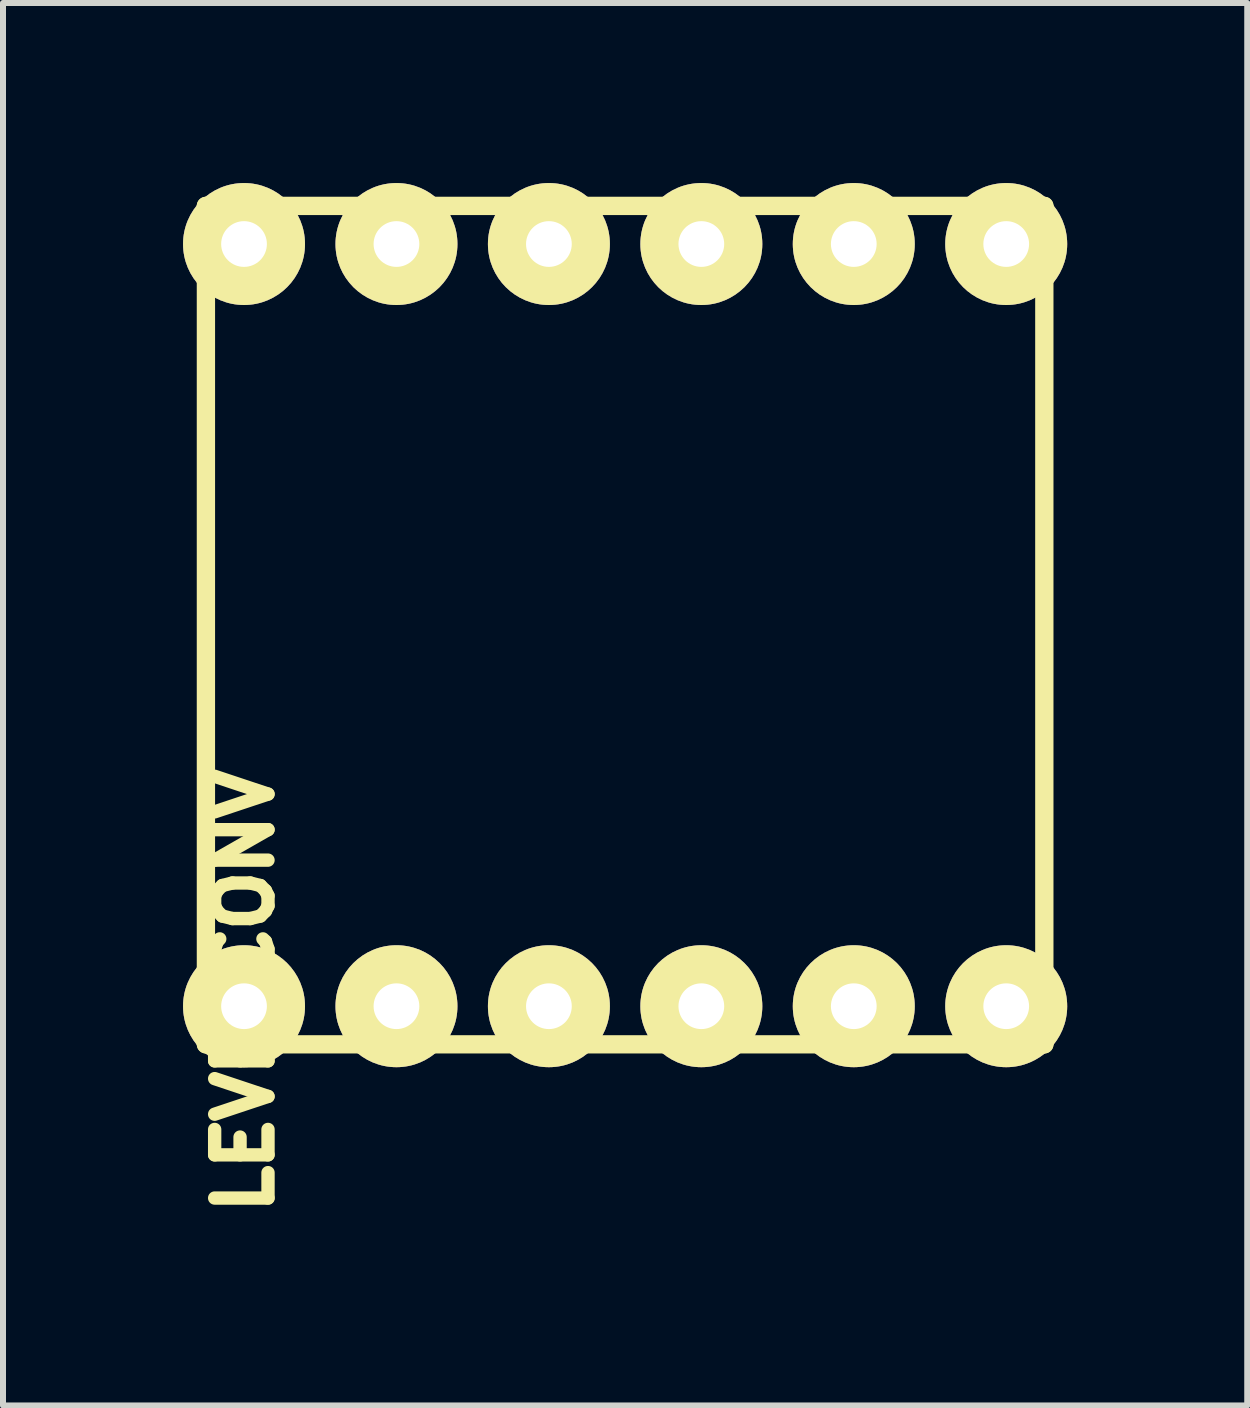
<source format=kicad_pcb>
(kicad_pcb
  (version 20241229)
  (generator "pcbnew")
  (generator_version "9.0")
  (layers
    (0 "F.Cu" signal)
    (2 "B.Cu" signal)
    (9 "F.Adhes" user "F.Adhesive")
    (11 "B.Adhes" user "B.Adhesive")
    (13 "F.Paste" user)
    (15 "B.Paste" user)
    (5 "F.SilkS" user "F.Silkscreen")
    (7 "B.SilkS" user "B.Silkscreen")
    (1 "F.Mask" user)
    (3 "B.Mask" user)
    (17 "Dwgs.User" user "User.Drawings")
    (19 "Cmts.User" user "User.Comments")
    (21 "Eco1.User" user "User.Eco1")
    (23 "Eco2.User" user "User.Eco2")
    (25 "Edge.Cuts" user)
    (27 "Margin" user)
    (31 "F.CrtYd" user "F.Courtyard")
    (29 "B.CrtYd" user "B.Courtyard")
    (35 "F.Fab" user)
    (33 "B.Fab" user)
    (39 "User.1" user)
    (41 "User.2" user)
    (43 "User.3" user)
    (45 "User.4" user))
  (footprint "LEVELCONV"
    (layer "F.Cu")
    (at 1.016 13.716)
    (property "Reference" "LEVELCONV" (at 0 -0.254 270) (layer "F.SilkS") (effects (font (size 0.889 0.889) (thickness 0.305))))
    (attr through_hole)
    (fp_line (start -0.635 -13.335) (end -0.635 0.635) (stroke (width 0.305) (type solid)) (layer "F.SilkS"))
    (fp_line (start -0.635 0.635) (end 13.335 0.635) (stroke (width 0.305) (type solid)) (layer "F.SilkS"))
    (fp_line (start 13.335 -13.335) (end -0.635 -13.335) (stroke (width 0.305) (type solid)) (layer "F.SilkS"))
    (fp_line (start 13.335 0.635) (end 13.335 -13.335) (stroke (width 0.305) (type solid)) (layer "F.SilkS"))
    (pad "1" thru_hole circle (at 0 0) (size 2.032 2.032) (drill 0.762) (layers "*.Cu" "*.Mask" "F.SilkS"))
    (pad "2" thru_hole circle (at 2.54 0) (size 2.032 2.032) (drill 0.762) (layers "*.Cu" "*.Mask" "F.SilkS"))
    (pad "3" thru_hole circle (at 5.08 0) (size 2.032 2.032) (drill 0.762) (layers "*.Cu" "*.Mask" "F.SilkS"))
    (pad "4" thru_hole circle (at 7.62 0) (size 2.032 2.032) (drill 0.762) (layers "*.Cu" "*.Mask" "F.SilkS"))
    (pad "5" thru_hole circle (at 10.16 0) (size 2.032 2.032) (drill 0.762) (layers "*.Cu" "*.Mask" "F.SilkS"))
    (pad "6" thru_hole circle (at 12.7 0) (size 2.032 2.032) (drill 0.762) (layers "*.Cu" "*.Mask" "F.SilkS"))
    (pad "7" thru_hole circle (at 12.7 -12.7 180) (size 2.032 2.032) (drill 0.762) (layers "*.Cu" "*.Mask" "F.SilkS"))
    (pad "8" thru_hole circle (at 10.16 -12.7 180) (size 2.032 2.032) (drill 0.762) (layers "*.Cu" "*.Mask" "F.SilkS"))
    (pad "9" thru_hole circle (at 7.62 -12.7 180) (size 2.032 2.032) (drill 0.762) (layers "*.Cu" "*.Mask" "F.SilkS"))
    (pad "10" thru_hole circle (at 5.08 -12.7 180) (size 2.032 2.032) (drill 0.762) (layers "*.Cu" "*.Mask" "F.SilkS"))
    (pad "11" thru_hole circle (at 2.54 -12.7 180) (size 2.032 2.032) (drill 0.762) (layers "*.Cu" "*.Mask" "F.SilkS"))
    (pad "12" thru_hole circle (at 0 -12.7 180) (size 2.032 2.032) (drill 0.762) (layers "*.Cu" "*.Mask" "F.SilkS")))
  (gr_rect
    (start -3 -3)
    (end 17.732 20.368)
    (stroke (width 0.1) (type default))
    (fill no)
    (layer "Edge.Cuts")))
</source>
